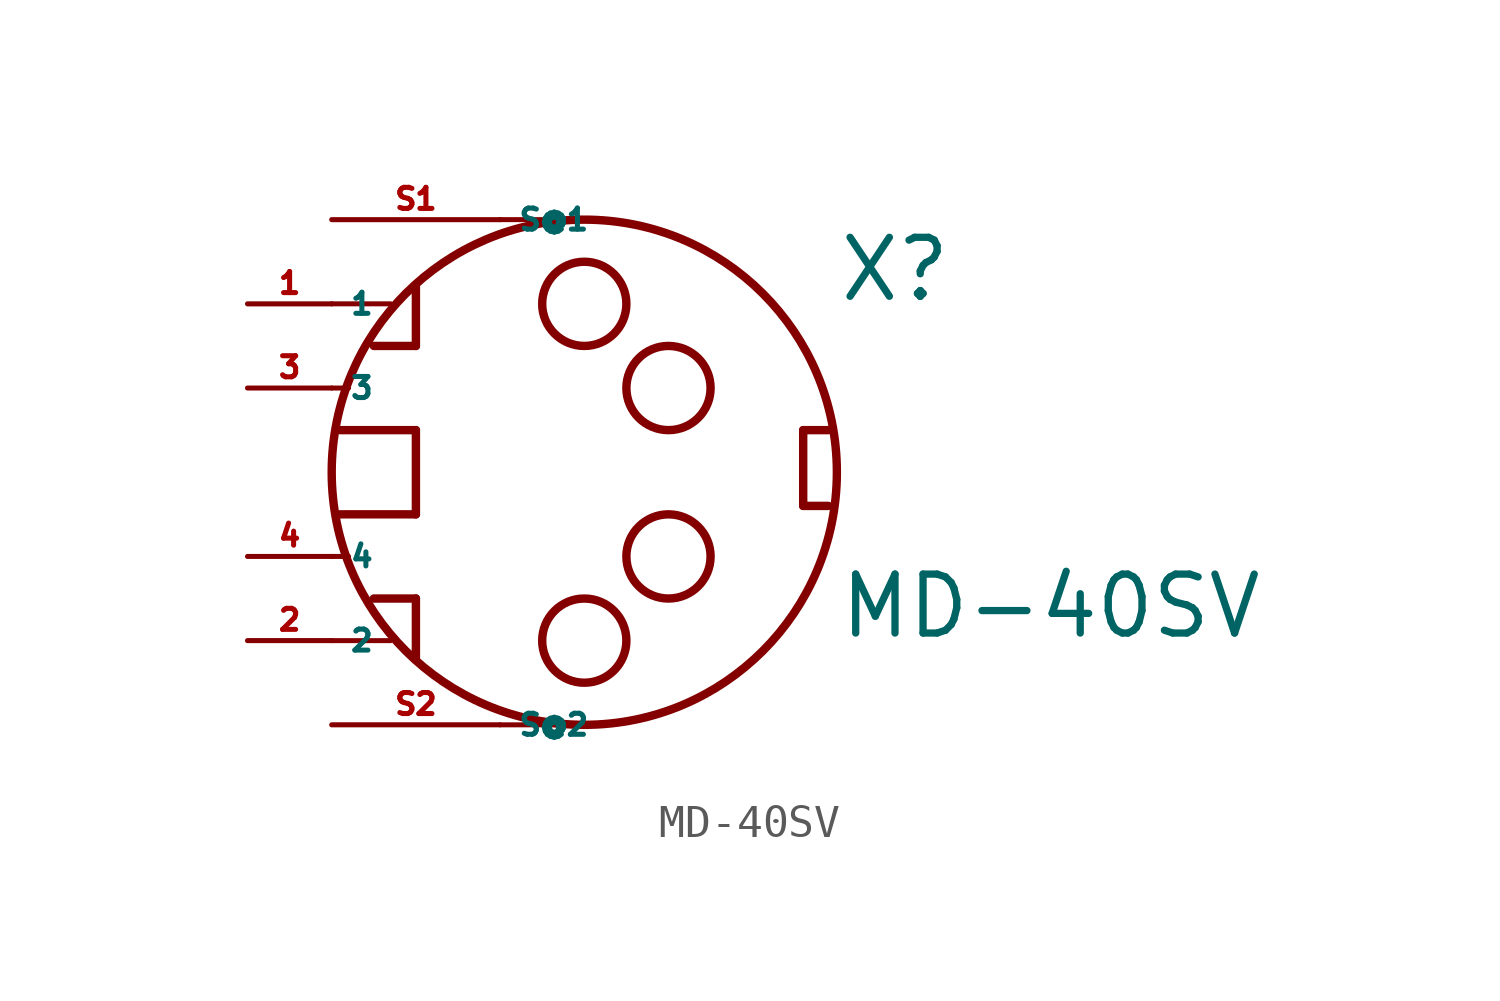
<source format=kicad_sym>
(kicad_symbol_lib
  (version 20220914)
  (generator Eagle2Kicad)
  (symbol "MD-40SV"
    (property "Reference" "X"
      (at 7.62 5.08 0)
      (effects (font (size 1.778 1.778) (thickness 0.22)) (justify left bottom)))
    (property "Value" "MD-40SV"
      (at 7.62 -5.08 0)
      (effects (font (size 1.778 1.778) (thickness 0.22)) (justify left bottom)))
    (polyline
      (pts (xy -7.62 -5.08) (xy -5.842 -5.08))
      (stroke (width 0.152) (type default))
      (fill (type none)))
    (polyline
      (pts (xy -7.62 -2.54) (xy -7.112 -2.54))
      (stroke (width 0.152) (type default))
      (fill (type none)))
    (polyline
      (pts (xy -7.62 2.54) (xy -7.112 2.54))
      (stroke (width 0.152) (type default))
      (fill (type none)))
    (polyline
      (pts (xy -7.62 5.08) (xy -5.842 5.08))
      (stroke (width 0.152) (type default))
      (fill (type none)))
    (polyline
      (pts (xy -2.54 7.62) (xy 0 7.62))
      (stroke (width 0.152) (type default))
      (fill (type none)))
    (polyline
      (pts (xy -2.54 -7.62) (xy 0 -7.62))
      (stroke (width 0.152) (type default))
      (fill (type none)))
    (polyline
      (pts (xy 7.366 1.27) (xy 6.604 1.27))
      (stroke (width 0.254) (type default))
      (fill (type none)))
    (polyline
      (pts (xy 6.604 1.27) (xy 6.604 -1.016))
      (stroke (width 0.254) (type default))
      (fill (type none)))
    (polyline
      (pts (xy 6.604 -1.016) (xy 7.366 -1.016))
      (stroke (width 0.254) (type default))
      (fill (type none)))
    (polyline
      (pts (xy -7.366 1.27) (xy -5.08 1.27))
      (stroke (width 0.254) (type default))
      (fill (type none)))
    (polyline
      (pts (xy -5.08 1.27) (xy -5.08 -1.27))
      (stroke (width 0.254) (type default))
      (fill (type none)))
    (polyline
      (pts (xy -5.08 -1.27) (xy -7.366 -1.27))
      (stroke (width 0.254) (type default))
      (fill (type none)))
    (polyline
      (pts (xy -6.35 3.81) (xy -5.08 3.81))
      (stroke (width 0.254) (type default))
      (fill (type none)))
    (polyline
      (pts (xy -5.08 3.81) (xy -5.08 5.588))
      (stroke (width 0.254) (type default))
      (fill (type none)))
    (polyline
      (pts (xy -5.08 -5.588) (xy -5.08 -3.81))
      (stroke (width 0.254) (type default))
      (fill (type none)))
    (polyline
      (pts (xy -5.08 -3.81) (xy -6.35 -3.81))
      (stroke (width 0.254) (type default))
      (fill (type none)))
    (circle
      (center 0 5.08)
      (radius 1.27)
      (stroke (width 0.254) (type default))
      (fill (type none)))
    (circle
      (center 2.54 2.54)
      (radius 1.27)
      (stroke (width 0.254) (type default))
      (fill (type none)))
    (circle
      (center 2.54 -2.54)
      (radius 1.27)
      (stroke (width 0.254) (type default))
      (fill (type none)))
    (circle
      (center 0 -5.08)
      (radius 1.27)
      (stroke (width 0.254) (type default))
      (fill (type none)))
    (circle
      (center 0 0)
      (radius 7.62)
      (stroke (width 0.254) (type default))
      (fill (type none)))
    (pin passive line
      (at -10.16 5.08 0)
      (length 2.54)
      (name "1" (effects (font (size 0.635 0.635) (thickness 0.08)) (justify left bottom)))
      (number "1" (effects (font (size 0.635 0.635) (thickness 0.08)) (justify left bottom))))
    (pin passive line
      (at -10.16 -5.08 0)
      (length 2.54)
      (name "2" (effects (font (size 0.635 0.635) (thickness 0.08)) (justify left bottom)))
      (number "2" (effects (font (size 0.635 0.635) (thickness 0.08)) (justify left bottom))))
    (pin passive line
      (at -10.16 2.54 0)
      (length 2.54)
      (name "3" (effects (font (size 0.635 0.635) (thickness 0.08)) (justify left bottom)))
      (number "3" (effects (font (size 0.635 0.635) (thickness 0.08)) (justify left bottom))))
    (pin passive line
      (at -10.16 -2.54 0)
      (length 2.54)
      (name "4" (effects (font (size 0.635 0.635) (thickness 0.08)) (justify left bottom)))
      (number "4" (effects (font (size 0.635 0.635) (thickness 0.08)) (justify left bottom))))
    (pin passive line
      (at -7.62 7.62 0)
      (length 5.08)
      (name "S@1" (effects (font (size 0.635 0.635) (thickness 0.08)) (justify left bottom)))
      (number "S1" (effects (font (size 0.635 0.635) (thickness 0.08)) (justify left bottom))))
    (pin passive line
      (at -7.62 -7.62 0)
      (length 5.08)
      (name "S@2" (effects (font (size 0.635 0.635) (thickness 0.08)) (justify left bottom)))
      (number "S2" (effects (font (size 0.635 0.635) (thickness 0.08)) (justify left bottom))))))
</source>
